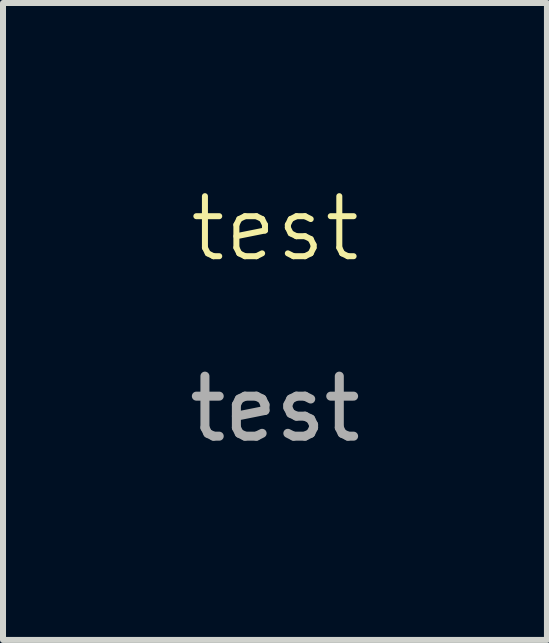
<source format=kicad_pcb>
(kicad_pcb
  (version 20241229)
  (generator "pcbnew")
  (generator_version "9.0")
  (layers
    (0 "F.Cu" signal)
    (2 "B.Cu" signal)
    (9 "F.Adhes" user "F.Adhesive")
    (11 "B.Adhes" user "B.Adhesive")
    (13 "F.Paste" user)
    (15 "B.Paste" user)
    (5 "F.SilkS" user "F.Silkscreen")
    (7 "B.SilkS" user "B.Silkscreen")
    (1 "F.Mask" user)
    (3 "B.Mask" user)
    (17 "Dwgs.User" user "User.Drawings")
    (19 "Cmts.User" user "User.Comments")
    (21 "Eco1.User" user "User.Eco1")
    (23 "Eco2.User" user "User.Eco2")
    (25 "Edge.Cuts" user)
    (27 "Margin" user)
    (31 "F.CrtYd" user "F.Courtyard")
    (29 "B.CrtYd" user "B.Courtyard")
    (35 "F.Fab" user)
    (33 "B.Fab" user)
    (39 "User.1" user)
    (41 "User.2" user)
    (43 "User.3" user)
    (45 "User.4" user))
  (footprint "test"
    (layer "F.Cu")
    (at 1.53 1.26)
    (property "Reference" "test" (at 0 -0.5 0) (unlocked yes) (layer "F.SilkS") (effects (font (size 1 1) (thickness 0.1))))
    (fp_text user "${REFERENCE}" (at 0 2.5 0) (unlocked yes) (layer "F.Fab") (effects (font (size 1 1) (thickness 0.15)))))
  (gr_rect
    (start -3 -3)
    (end 6.06 7.609)
    (stroke (width 0.1) (type default))
    (fill no)
    (layer "Edge.Cuts")))
</source>
